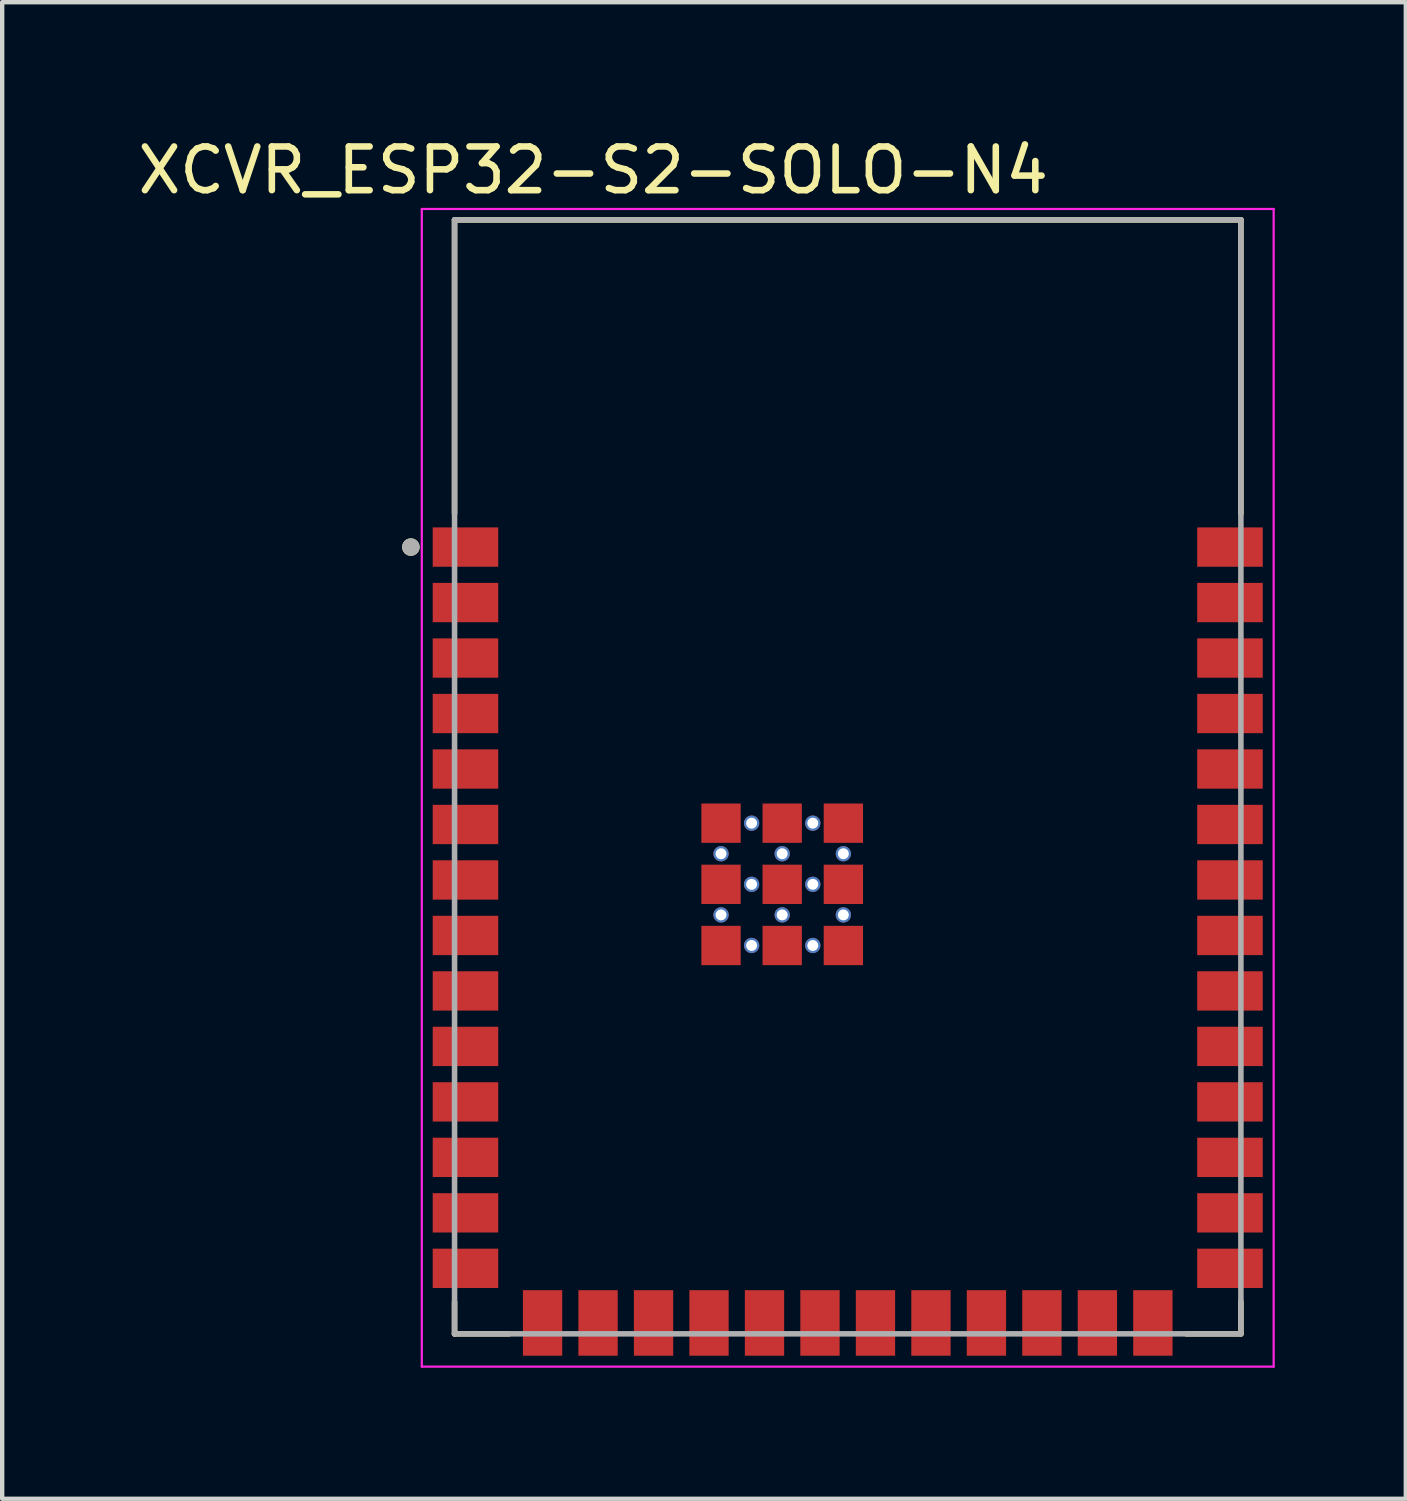
<source format=kicad_pcb>
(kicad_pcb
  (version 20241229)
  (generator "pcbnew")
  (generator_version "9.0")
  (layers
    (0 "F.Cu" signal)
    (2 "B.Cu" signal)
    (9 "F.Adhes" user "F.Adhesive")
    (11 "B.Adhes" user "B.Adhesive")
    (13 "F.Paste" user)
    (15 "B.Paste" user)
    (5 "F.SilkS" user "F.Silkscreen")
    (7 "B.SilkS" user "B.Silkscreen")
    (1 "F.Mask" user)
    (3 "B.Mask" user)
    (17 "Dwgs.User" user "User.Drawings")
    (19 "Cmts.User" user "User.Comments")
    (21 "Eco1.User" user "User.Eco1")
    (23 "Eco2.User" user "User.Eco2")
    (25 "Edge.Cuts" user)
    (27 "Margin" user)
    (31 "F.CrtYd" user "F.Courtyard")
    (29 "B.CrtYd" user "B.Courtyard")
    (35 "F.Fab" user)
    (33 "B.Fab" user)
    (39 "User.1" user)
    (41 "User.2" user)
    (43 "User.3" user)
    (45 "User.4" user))
  (footprint "XCVR_ESP32-S2-SOLO-N4"
    (layer "F.Cu")
    (at 16.355 14.733)
    (property "Reference" "XCVR_ESP32-S2-SOLO-N4" (at -5.825 -13.885 0) (layer "F.SilkS") (effects (font (size 1 1) (thickness 0.15))))
    (attr smd)
    (fp_line (start -9 -12.75) (end 9 -12.75) (stroke (width 0.127) (type solid)) (layer "F.SilkS"))
    (fp_line (start -9 -6.03) (end -9 -12.75) (stroke (width 0.127) (type solid)) (layer "F.SilkS"))
    (fp_line (start -9 12.75) (end -9 12.02) (stroke (width 0.127) (type solid)) (layer "F.SilkS"))
    (fp_line (start -7.755 12.75) (end -9 12.75) (stroke (width 0.127) (type solid)) (layer "F.SilkS"))
    (fp_line (start 9 -12.75) (end 9 -6.03) (stroke (width 0.127) (type solid)) (layer "F.SilkS"))
    (fp_line (start 9 12.75) (end 7.755 12.75) (stroke (width 0.127) (type solid)) (layer "F.SilkS"))
    (fp_line (start 9 12.75) (end 9 12.02) (stroke (width 0.127) (type solid)) (layer "F.SilkS"))
    (fp_circle (center -10 -5.26) (end -9.9 -5.26) (stroke (width 0.2) (type solid)) (fill no) (layer "F.SilkS"))
    (fp_line (start -9.75 -13) (end -9.75 13.5) (stroke (width 0.05) (type solid)) (layer "F.CrtYd"))
    (fp_line (start -9.75 13.5) (end 9.75 13.5) (stroke (width 0.05) (type solid)) (layer "F.CrtYd"))
    (fp_line (start 9.75 -13) (end -9.75 -13) (stroke (width 0.05) (type solid)) (layer "F.CrtYd"))
    (fp_line (start 9.75 13.5) (end 9.75 -13) (stroke (width 0.05) (type solid)) (layer "F.CrtYd"))
    (fp_line (start -9 -12.75) (end 9 -12.75) (stroke (width 0.127) (type solid)) (layer "F.Fab"))
    (fp_line (start -9 12.75) (end -9 -12.75) (stroke (width 0.127) (type solid)) (layer "F.Fab"))
    (fp_line (start 9 -12.75) (end 9 12.75) (stroke (width 0.127) (type solid)) (layer "F.Fab"))
    (fp_line (start 9 12.75) (end -9 12.75) (stroke (width 0.127) (type solid)) (layer "F.Fab"))
    (fp_circle (center -10 -5.26) (end -9.9 -5.26) (stroke (width 0.2) (type solid)) (fill no) (layer "F.Fab"))
    (pad "1" smd rect (at -8.75 -5.26) (size 1.5 0.9) (layers "F.Cu" "F.Mask" "F.Paste"))
    (pad "2" smd rect (at -8.75 -3.99) (size 1.5 0.9) (layers "F.Cu" "F.Mask" "F.Paste"))
    (pad "3" smd rect (at -8.75 -2.72) (size 1.5 0.9) (layers "F.Cu" "F.Mask" "F.Paste"))
    (pad "4" smd rect (at -8.75 -1.45) (size 1.5 0.9) (layers "F.Cu" "F.Mask" "F.Paste"))
    (pad "5" smd rect (at -8.75 -0.18) (size 1.5 0.9) (layers "F.Cu" "F.Mask" "F.Paste"))
    (pad "6" smd rect (at -8.75 1.09) (size 1.5 0.9) (layers "F.Cu" "F.Mask" "F.Paste"))
    (pad "7" smd rect (at -8.75 2.36) (size 1.5 0.9) (layers "F.Cu" "F.Mask" "F.Paste"))
    (pad "8" smd rect (at -8.75 3.63) (size 1.5 0.9) (layers "F.Cu" "F.Mask" "F.Paste"))
    (pad "9" smd rect (at -8.75 4.9) (size 1.5 0.9) (layers "F.Cu" "F.Mask" "F.Paste"))
    (pad "10" smd rect (at -8.75 6.17) (size 1.5 0.9) (layers "F.Cu" "F.Mask" "F.Paste"))
    (pad "11" smd rect (at -8.75 7.44) (size 1.5 0.9) (layers "F.Cu" "F.Mask" "F.Paste"))
    (pad "12" smd rect (at -8.75 8.71) (size 1.5 0.9) (layers "F.Cu" "F.Mask" "F.Paste"))
    (pad "13" smd rect (at -8.75 9.98) (size 1.5 0.9) (layers "F.Cu" "F.Mask" "F.Paste"))
    (pad "14" smd rect (at -8.75 11.25) (size 1.5 0.9) (layers "F.Cu" "F.Mask" "F.Paste"))
    (pad "15" smd rect (at -6.985 12.5) (size 0.9 1.5) (layers "F.Cu" "F.Mask" "F.Paste"))
    (pad "16" smd rect (at -5.715 12.5) (size 0.9 1.5) (layers "F.Cu" "F.Mask" "F.Paste"))
    (pad "17" smd rect (at -4.445 12.5) (size 0.9 1.5) (layers "F.Cu" "F.Mask" "F.Paste"))
    (pad "18" smd rect (at -3.175 12.5) (size 0.9 1.5) (layers "F.Cu" "F.Mask" "F.Paste"))
    (pad "19" smd rect (at -1.905 12.5) (size 0.9 1.5) (layers "F.Cu" "F.Mask" "F.Paste"))
    (pad "20" smd rect (at -0.635 12.5) (size 0.9 1.5) (layers "F.Cu" "F.Mask" "F.Paste"))
    (pad "21" smd rect (at 0.635 12.5) (size 0.9 1.5) (layers "F.Cu" "F.Mask" "F.Paste"))
    (pad "22" smd rect (at 1.905 12.5) (size 0.9 1.5) (layers "F.Cu" "F.Mask" "F.Paste"))
    (pad "23" smd rect (at 3.175 12.5) (size 0.9 1.5) (layers "F.Cu" "F.Mask" "F.Paste"))
    (pad "24" smd rect (at 4.445 12.5) (size 0.9 1.5) (layers "F.Cu" "F.Mask" "F.Paste"))
    (pad "25" smd rect (at 5.715 12.5) (size 0.9 1.5) (layers "F.Cu" "F.Mask" "F.Paste"))
    (pad "26" smd rect (at 6.985 12.5) (size 0.9 1.5) (layers "F.Cu" "F.Mask" "F.Paste"))
    (pad "27" smd rect (at 8.75 11.25) (size 1.5 0.9) (layers "F.Cu" "F.Mask" "F.Paste"))
    (pad "28" smd rect (at 8.75 9.98) (size 1.5 0.9) (layers "F.Cu" "F.Mask" "F.Paste"))
    (pad "29" smd rect (at 8.75 8.71) (size 1.5 0.9) (layers "F.Cu" "F.Mask" "F.Paste"))
    (pad "30" smd rect (at 8.75 7.44) (size 1.5 0.9) (layers "F.Cu" "F.Mask" "F.Paste"))
    (pad "31" smd rect (at 8.75 6.17) (size 1.5 0.9) (layers "F.Cu" "F.Mask" "F.Paste"))
    (pad "32" smd rect (at 8.75 4.9) (size 1.5 0.9) (layers "F.Cu" "F.Mask" "F.Paste"))
    (pad "33" smd rect (at 8.75 3.63) (size 1.5 0.9) (layers "F.Cu" "F.Mask" "F.Paste"))
    (pad "34" smd rect (at 8.75 2.36) (size 1.5 0.9) (layers "F.Cu" "F.Mask" "F.Paste"))
    (pad "35" smd rect (at 8.75 1.09) (size 1.5 0.9) (layers "F.Cu" "F.Mask" "F.Paste"))
    (pad "36" smd rect (at 8.75 -0.18) (size 1.5 0.9) (layers "F.Cu" "F.Mask" "F.Paste"))
    (pad "37" smd rect (at 8.75 -1.45) (size 1.5 0.9) (layers "F.Cu" "F.Mask" "F.Paste"))
    (pad "38" smd rect (at 8.75 -2.72) (size 1.5 0.9) (layers "F.Cu" "F.Mask" "F.Paste"))
    (pad "39" smd rect (at 8.75 -3.99) (size 1.5 0.9) (layers "F.Cu" "F.Mask" "F.Paste"))
    (pad "40" smd rect (at 8.75 -5.26) (size 1.5 0.9) (layers "F.Cu" "F.Mask" "F.Paste"))
    (pad "41_1" smd rect (at -2.9 1.06) (size 0.9 0.9) (layers "F.Cu" "F.Mask" "F.Paste"))
    (pad "41_2" smd rect (at -1.5 1.06) (size 0.9 0.9) (layers "F.Cu" "F.Mask" "F.Paste"))
    (pad "41_3" smd rect (at -0.1 1.06) (size 0.9 0.9) (layers "F.Cu" "F.Mask" "F.Paste"))
    (pad "41_4" smd rect (at -2.9 2.46) (size 0.9 0.9) (layers "F.Cu" "F.Mask" "F.Paste"))
    (pad "41_5" smd rect (at -1.5 2.46) (size 0.9 0.9) (layers "F.Cu" "F.Mask" "F.Paste"))
    (pad "41_6" smd rect (at -0.1 2.46) (size 0.9 0.9) (layers "F.Cu" "F.Mask" "F.Paste"))
    (pad "41_7" smd rect (at -2.9 3.86) (size 0.9 0.9) (layers "F.Cu" "F.Mask" "F.Paste"))
    (pad "41_8" smd rect (at -1.5 3.86) (size 0.9 0.9) (layers "F.Cu" "F.Mask" "F.Paste"))
    (pad "41_9" smd rect (at -0.1 3.86) (size 0.9 0.9) (layers "F.Cu" "F.Mask" "F.Paste"))
    (pad "42_1" thru_hole circle (at -2.2 1.06) (size 0.35 0.35) (drill 0.25) (layers "*.Cu"))
    (pad "42_2" thru_hole circle (at -0.8 1.06) (size 0.35 0.35) (drill 0.25) (layers "*.Cu"))
    (pad "42_3" thru_hole circle (at -2.9 1.76) (size 0.35 0.35) (drill 0.25) (layers "*.Cu"))
    (pad "42_4" thru_hole circle (at -1.5 1.76) (size 0.35 0.35) (drill 0.25) (layers "*.Cu"))
    (pad "42_5" thru_hole circle (at -0.1 1.76) (size 0.35 0.35) (drill 0.25) (layers "*.Cu"))
    (pad "42_6" thru_hole circle (at -2.2 2.46) (size 0.35 0.35) (drill 0.25) (layers "*.Cu"))
    (pad "42_7" thru_hole circle (at -0.8 2.46) (size 0.35 0.35) (drill 0.25) (layers "*.Cu"))
    (pad "42_8" thru_hole circle (at -2.9 3.16) (size 0.35 0.35) (drill 0.25) (layers "*.Cu"))
    (pad "42_9" thru_hole circle (at -1.5 3.16) (size 0.35 0.35) (drill 0.25) (layers "*.Cu"))
    (pad "42_10" thru_hole circle (at -0.1 3.16) (size 0.35 0.35) (drill 0.25) (layers "*.Cu"))
    (pad "42_11" thru_hole circle (at -2.2 3.86) (size 0.35 0.35) (drill 0.25) (layers "*.Cu"))
    (pad "42_12" thru_hole circle (at -0.8 3.86) (size 0.35 0.35) (drill 0.25) (layers "*.Cu"))
    (zone (net_name "") (layer "F.Cu") (hatch full 0.508) (connect_pads) (min_thickness 0.01) (filled_areas_thickness no) (keepout (tracks not_allowed) (vias not_allowed) (pads not_allowed) (copperpour not_allowed) (footprints allowed)) (placement (enabled no)) (fill) (polygon (pts (xy 7.355 1.983) (xy 25.355 1.983) (xy 25.355 7.983) (xy 7.355 7.983))))
    (zone (net_name "") (layers "F.Cu" "B.Cu") (hatch full 0.508) (connect_pads) (min_thickness 0.01) (filled_areas_thickness no) (keepout (tracks allowed) (vias not_allowed) (pads allowed) (copperpour allowed) (footprints allowed)) (placement (enabled no)) (fill) (polygon (pts (xy 7.355 1.983) (xy 25.355 1.983) (xy 25.355 7.983) (xy 7.355 7.983)))))
  (gr_rect
    (start -3 -3)
    (end 29.13 31.258)
    (stroke (width 0.1) (type default))
    (fill no)
    (layer "Edge.Cuts")))
</source>
